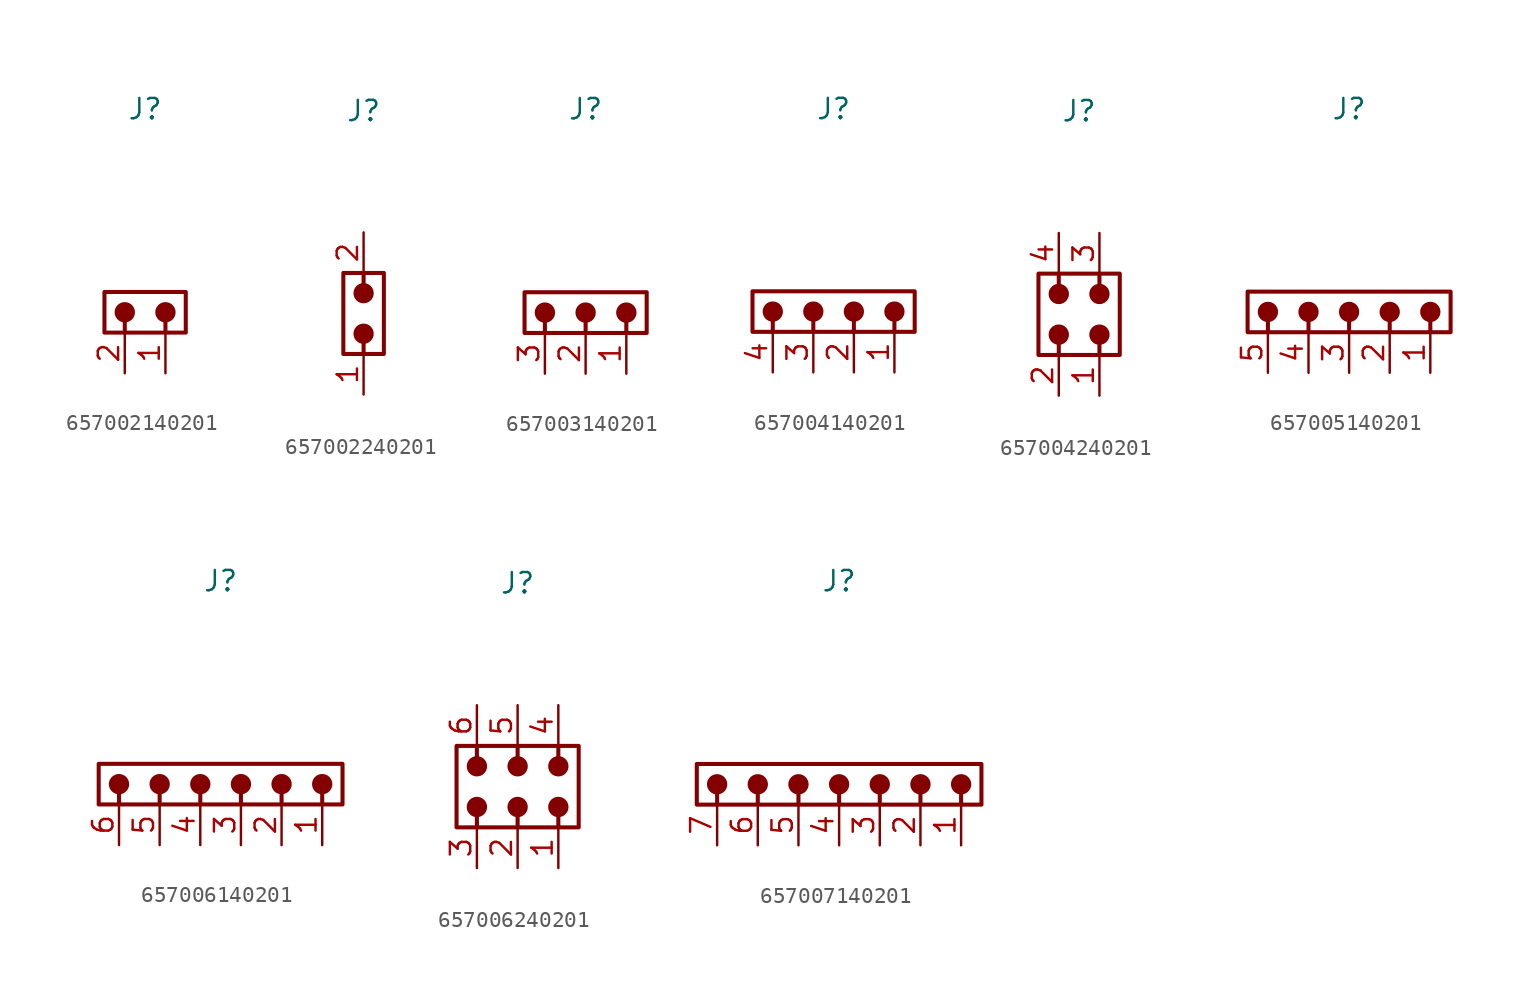
<source format=kicad_sym>
(kicad_symbol_lib
  (version 20241209)
  (generator "kicad_symbol_editor")
  (generator_version "9.0")
  (symbol "657002140201"
    (pin_names
      (hide yes))
    (property "Reference" "J"
      (at 0 12.7 0)
      (effects (font (size 1.27 1.27))))
    (symbol "657002140201_1_1"
      (rectangle (start -2.54 1.27) (end 2.54 -1.27) (stroke (width 0.254) (type solid)) (fill (type none)))
      (circle (center -1.27 0) (radius 0.508) (stroke (width 0.254) (type solid)) (fill (type outline)))
      (polyline (pts (xy -1.27 -0.508) (xy -1.27 -1.27)) (stroke (width 0.254) (type solid)) (fill (type none)))
      (circle (center 1.27 0) (radius 0.508) (stroke (width 0.254) (type solid)) (fill (type outline)))
      (polyline (pts (xy 1.27 -0.508) (xy 1.27 -1.27)) (stroke (width 0.254) (type solid)) (fill (type none)))
      (pin passive line (at -1.27 -3.81 90) (length 2.54) (name "2" (effects (font (size 1.27 1.27)))) (number "2" (effects (font (size 1.27 1.27)))))
      (pin passive line (at 1.27 -3.81 90) (length 2.54) (name "1" (effects (font (size 1.27 1.27)))) (number "1" (effects (font (size 1.27 1.27)))))))
  (symbol "657002240201"
    (pin_names
      (hide yes))
    (property "Reference" "J"
      (at 0 12.7 0)
      (effects (font (size 1.27 1.27))))
    (symbol "657002240201_1_1"
      (polyline (pts (xy 0 1.778) (xy 0 2.54)) (stroke (width 0.254) (type solid)) (fill (type none)))
      (circle (center 0 1.27) (radius 0.508) (stroke (width 0.254) (type solid)) (fill (type outline)))
      (circle (center 0 -1.27) (radius 0.508) (stroke (width 0.254) (type solid)) (fill (type outline)))
      (polyline (pts (xy 0 -1.778) (xy 0 -2.54)) (stroke (width 0.254) (type solid)) (fill (type none)))
      (rectangle (start 1.27 -2.54) (end -1.27 2.54) (stroke (width 0.254) (type solid)) (fill (type none)))
      (pin passive line (at 0 5.08 270) (length 2.54) (name "2" (effects (font (size 1.27 1.27)))) (number "2" (effects (font (size 1.27 1.27)))))
      (pin passive line (at 0 -5.08 90) (length 2.54) (name "1" (effects (font (size 1.27 1.27)))) (number "1" (effects (font (size 1.27 1.27)))))))
  (symbol "657003140201"
    (pin_names
      (hide yes))
    (property "Reference" "J"
      (at 0 12.7 0)
      (effects (font (size 1.27 1.27))))
    (symbol "657003140201_1_1"
      (rectangle (start -3.81 1.27) (end 3.81 -1.27) (stroke (width 0.254) (type solid)) (fill (type none)))
      (circle (center -2.54 0) (radius 0.508) (stroke (width 0.254) (type solid)) (fill (type outline)))
      (polyline (pts (xy -2.54 -0.508) (xy -2.54 -1.27)) (stroke (width 0.254) (type solid)) (fill (type none)))
      (circle (center 0 0) (radius 0.508) (stroke (width 0.254) (type solid)) (fill (type outline)))
      (polyline (pts (xy 0 -0.508) (xy 0 -1.27)) (stroke (width 0.254) (type solid)) (fill (type none)))
      (circle (center 2.54 0) (radius 0.508) (stroke (width 0.254) (type solid)) (fill (type outline)))
      (polyline (pts (xy 2.54 -0.508) (xy 2.54 -1.27)) (stroke (width 0.254) (type solid)) (fill (type none)))
      (pin passive line (at -2.54 -3.81 90) (length 2.54) (name "3" (effects (font (size 1.27 1.27)))) (number "3" (effects (font (size 1.27 1.27)))))
      (pin passive line (at 0 -3.81 90) (length 2.54) (name "2" (effects (font (size 1.27 1.27)))) (number "2" (effects (font (size 1.27 1.27)))))
      (pin passive line (at 2.54 -3.81 90) (length 2.54) (name "1" (effects (font (size 1.27 1.27)))) (number "1" (effects (font (size 1.27 1.27)))))))
  (symbol "657004140201"
    (pin_names
      (hide yes))
    (property "Reference" "J"
      (at 0 12.7 0)
      (effects (font (size 1.27 1.27))))
    (symbol "657004140201_1_1"
      (rectangle (start -5.08 1.27) (end 5.08 -1.27) (stroke (width 0.254) (type solid)) (fill (type none)))
      (circle (center -3.81 0) (radius 0.508) (stroke (width 0.254) (type solid)) (fill (type outline)))
      (polyline (pts (xy -3.81 -0.508) (xy -3.81 -1.27)) (stroke (width 0.254) (type solid)) (fill (type none)))
      (circle (center -1.27 0) (radius 0.508) (stroke (width 0.254) (type solid)) (fill (type outline)))
      (polyline (pts (xy -1.27 -0.508) (xy -1.27 -1.27)) (stroke (width 0.254) (type solid)) (fill (type none)))
      (circle (center 1.27 0) (radius 0.508) (stroke (width 0.254) (type solid)) (fill (type outline)))
      (polyline (pts (xy 1.27 -0.508) (xy 1.27 -1.27)) (stroke (width 0.254) (type solid)) (fill (type none)))
      (circle (center 3.81 0) (radius 0.508) (stroke (width 0.254) (type solid)) (fill (type outline)))
      (polyline (pts (xy 3.81 -0.508) (xy 3.81 -1.27)) (stroke (width 0.254) (type solid)) (fill (type none)))
      (pin passive line (at -3.81 -3.81 90) (length 2.54) (name "4" (effects (font (size 1.27 1.27)))) (number "4" (effects (font (size 1.27 1.27)))))
      (pin passive line (at -1.27 -3.81 90) (length 2.54) (name "3" (effects (font (size 1.27 1.27)))) (number "3" (effects (font (size 1.27 1.27)))))
      (pin passive line (at 1.27 -3.81 90) (length 2.54) (name "2" (effects (font (size 1.27 1.27)))) (number "2" (effects (font (size 1.27 1.27)))))
      (pin passive line (at 3.81 -3.81 90) (length 2.54) (name "1" (effects (font (size 1.27 1.27)))) (number "1" (effects (font (size 1.27 1.27)))))))
  (symbol "657004240201"
    (pin_names
      (hide yes))
    (property "Reference" "J"
      (at 0 12.7 0)
      (effects (font (size 1.27 1.27))))
    (symbol "657004240201_1_1"
      (rectangle (start -2.54 2.54) (end 2.54 -2.54) (stroke (width 0.254) (type solid)) (fill (type none)))
      (polyline (pts (xy -1.27 1.778) (xy -1.27 2.54)) (stroke (width 0.254) (type solid)) (fill (type none)))
      (circle (center -1.27 1.27) (radius 0.508) (stroke (width 0.254) (type solid)) (fill (type outline)))
      (circle (center -1.27 -1.27) (radius 0.508) (stroke (width 0.254) (type solid)) (fill (type outline)))
      (polyline (pts (xy -1.27 -1.778) (xy -1.27 -2.54)) (stroke (width 0.254) (type solid)) (fill (type none)))
      (polyline (pts (xy 1.27 1.778) (xy 1.27 2.54)) (stroke (width 0.254) (type solid)) (fill (type none)))
      (circle (center 1.27 1.27) (radius 0.508) (stroke (width 0.254) (type solid)) (fill (type outline)))
      (circle (center 1.27 -1.27) (radius 0.508) (stroke (width 0.254) (type solid)) (fill (type outline)))
      (polyline (pts (xy 1.27 -1.778) (xy 1.27 -2.54)) (stroke (width 0.254) (type solid)) (fill (type none)))
      (pin passive line (at -1.27 5.08 270) (length 2.54) (name "4" (effects (font (size 1.27 1.27)))) (number "4" (effects (font (size 1.27 1.27)))))
      (pin passive line (at -1.27 -5.08 90) (length 2.54) (name "2" (effects (font (size 1.27 1.27)))) (number "2" (effects (font (size 1.27 1.27)))))
      (pin passive line (at 1.27 5.08 270) (length 2.54) (name "3" (effects (font (size 1.27 1.27)))) (number "3" (effects (font (size 1.27 1.27)))))
      (pin passive line (at 1.27 -5.08 90) (length 2.54) (name "1" (effects (font (size 1.27 1.27)))) (number "1" (effects (font (size 1.27 1.27)))))))
  (symbol "657005140201"
    (pin_names
      (hide yes))
    (property "Reference" "J"
      (at 0 12.7 0)
      (effects (font (size 1.27 1.27))))
    (symbol "657005140201_1_1"
      (rectangle (start -6.35 1.27) (end 6.35 -1.27) (stroke (width 0.254) (type solid)) (fill (type none)))
      (circle (center -5.08 0) (radius 0.508) (stroke (width 0.254) (type solid)) (fill (type outline)))
      (polyline (pts (xy -5.08 -0.508) (xy -5.08 -1.27)) (stroke (width 0.254) (type solid)) (fill (type none)))
      (circle (center -2.54 0) (radius 0.508) (stroke (width 0.254) (type solid)) (fill (type outline)))
      (polyline (pts (xy -2.54 -0.508) (xy -2.54 -1.27)) (stroke (width 0.254) (type solid)) (fill (type none)))
      (circle (center 0 0) (radius 0.508) (stroke (width 0.254) (type solid)) (fill (type outline)))
      (polyline (pts (xy 0 -0.508) (xy 0 -1.27)) (stroke (width 0.254) (type solid)) (fill (type none)))
      (circle (center 2.54 0) (radius 0.508) (stroke (width 0.254) (type solid)) (fill (type outline)))
      (polyline (pts (xy 2.54 -0.508) (xy 2.54 -1.27)) (stroke (width 0.254) (type solid)) (fill (type none)))
      (circle (center 5.08 0) (radius 0.508) (stroke (width 0.254) (type solid)) (fill (type outline)))
      (polyline (pts (xy 5.08 -0.508) (xy 5.08 -1.27)) (stroke (width 0.254) (type solid)) (fill (type none)))
      (pin passive line (at -5.08 -3.81 90) (length 2.54) (name "5" (effects (font (size 1.27 1.27)))) (number "5" (effects (font (size 1.27 1.27)))))
      (pin passive line (at -2.54 -3.81 90) (length 2.54) (name "4" (effects (font (size 1.27 1.27)))) (number "4" (effects (font (size 1.27 1.27)))))
      (pin passive line (at 0 -3.81 90) (length 2.54) (name "3" (effects (font (size 1.27 1.27)))) (number "3" (effects (font (size 1.27 1.27)))))
      (pin passive line (at 2.54 -3.81 90) (length 2.54) (name "2" (effects (font (size 1.27 1.27)))) (number "2" (effects (font (size 1.27 1.27)))))
      (pin passive line (at 5.08 -3.81 90) (length 2.54) (name "1" (effects (font (size 1.27 1.27)))) (number "1" (effects (font (size 1.27 1.27)))))))
  (symbol "657006140201"
    (pin_names
      (hide yes))
    (property "Reference" "J"
      (at 0 12.7 0)
      (effects (font (size 1.27 1.27))))
    (symbol "657006140201_1_1"
      (rectangle (start -7.62 1.27) (end 7.62 -1.27) (stroke (width 0.254) (type solid)) (fill (type none)))
      (circle (center -6.35 0) (radius 0.508) (stroke (width 0.254) (type solid)) (fill (type outline)))
      (polyline (pts (xy -6.35 -0.508) (xy -6.35 -1.27)) (stroke (width 0.254) (type solid)) (fill (type none)))
      (circle (center -3.81 0) (radius 0.508) (stroke (width 0.254) (type solid)) (fill (type outline)))
      (polyline (pts (xy -3.81 -0.508) (xy -3.81 -1.27)) (stroke (width 0.254) (type solid)) (fill (type none)))
      (circle (center -1.27 0) (radius 0.508) (stroke (width 0.254) (type solid)) (fill (type outline)))
      (polyline (pts (xy -1.27 -0.508) (xy -1.27 -1.27)) (stroke (width 0.254) (type solid)) (fill (type none)))
      (circle (center 1.27 0) (radius 0.508) (stroke (width 0.254) (type solid)) (fill (type outline)))
      (polyline (pts (xy 1.27 -0.508) (xy 1.27 -1.27)) (stroke (width 0.254) (type solid)) (fill (type none)))
      (circle (center 3.81 0) (radius 0.508) (stroke (width 0.254) (type solid)) (fill (type outline)))
      (polyline (pts (xy 3.81 -0.508) (xy 3.81 -1.27)) (stroke (width 0.254) (type solid)) (fill (type none)))
      (circle (center 6.35 0) (radius 0.508) (stroke (width 0.254) (type solid)) (fill (type outline)))
      (polyline (pts (xy 6.35 -0.508) (xy 6.35 -1.27)) (stroke (width 0.254) (type solid)) (fill (type none)))
      (pin passive line (at -6.35 -3.81 90) (length 2.54) (name "6" (effects (font (size 1.27 1.27)))) (number "6" (effects (font (size 1.27 1.27)))))
      (pin passive line (at -3.81 -3.81 90) (length 2.54) (name "5" (effects (font (size 1.27 1.27)))) (number "5" (effects (font (size 1.27 1.27)))))
      (pin passive line (at -1.27 -3.81 90) (length 2.54) (name "4" (effects (font (size 1.27 1.27)))) (number "4" (effects (font (size 1.27 1.27)))))
      (pin passive line (at 1.27 -3.81 90) (length 2.54) (name "3" (effects (font (size 1.27 1.27)))) (number "3" (effects (font (size 1.27 1.27)))))
      (pin passive line (at 3.81 -3.81 90) (length 2.54) (name "2" (effects (font (size 1.27 1.27)))) (number "2" (effects (font (size 1.27 1.27)))))
      (pin passive line (at 6.35 -3.81 90) (length 2.54) (name "1" (effects (font (size 1.27 1.27)))) (number "1" (effects (font (size 1.27 1.27)))))))
  (symbol "657006240201"
    (pin_names
      (hide yes))
    (property "Reference" "J"
      (at 0 12.7 0)
      (effects (font (size 1.27 1.27))))
    (symbol "657006240201_1_1"
      (rectangle (start -3.81 2.54) (end 3.81 -2.54) (stroke (width 0.254) (type solid)) (fill (type none)))
      (polyline (pts (xy -2.54 1.778) (xy -2.54 2.54)) (stroke (width 0.254) (type solid)) (fill (type none)))
      (circle (center -2.54 1.27) (radius 0.508) (stroke (width 0.254) (type solid)) (fill (type outline)))
      (circle (center -2.54 -1.27) (radius 0.508) (stroke (width 0.254) (type solid)) (fill (type outline)))
      (polyline (pts (xy -2.54 -1.778) (xy -2.54 -2.54)) (stroke (width 0.254) (type solid)) (fill (type none)))
      (polyline (pts (xy 0 1.778) (xy 0 2.54)) (stroke (width 0.254) (type solid)) (fill (type none)))
      (circle (center 0 1.27) (radius 0.508) (stroke (width 0.254) (type solid)) (fill (type outline)))
      (circle (center 0 -1.27) (radius 0.508) (stroke (width 0.254) (type solid)) (fill (type outline)))
      (polyline (pts (xy 0 -1.778) (xy 0 -2.54)) (stroke (width 0.254) (type solid)) (fill (type none)))
      (polyline (pts (xy 2.54 1.778) (xy 2.54 2.54)) (stroke (width 0.254) (type solid)) (fill (type none)))
      (circle (center 2.54 1.27) (radius 0.508) (stroke (width 0.254) (type solid)) (fill (type outline)))
      (circle (center 2.54 -1.27) (radius 0.508) (stroke (width 0.254) (type solid)) (fill (type outline)))
      (polyline (pts (xy 2.54 -1.778) (xy 2.54 -2.54)) (stroke (width 0.254) (type solid)) (fill (type none)))
      (pin passive line (at -2.54 5.08 270) (length 2.54) (name "6" (effects (font (size 1.27 1.27)))) (number "6" (effects (font (size 1.27 1.27)))))
      (pin passive line (at -2.54 -5.08 90) (length 2.54) (name "3" (effects (font (size 1.27 1.27)))) (number "3" (effects (font (size 1.27 1.27)))))
      (pin passive line (at 0 5.08 270) (length 2.54) (name "5" (effects (font (size 1.27 1.27)))) (number "5" (effects (font (size 1.27 1.27)))))
      (pin passive line (at 0 -5.08 90) (length 2.54) (name "2" (effects (font (size 1.27 1.27)))) (number "2" (effects (font (size 1.27 1.27)))))
      (pin passive line (at 2.54 5.08 270) (length 2.54) (name "4" (effects (font (size 1.27 1.27)))) (number "4" (effects (font (size 1.27 1.27)))))
      (pin passive line (at 2.54 -5.08 90) (length 2.54) (name "1" (effects (font (size 1.27 1.27)))) (number "1" (effects (font (size 1.27 1.27)))))))
  (symbol "657007140201"
    (pin_names
      (hide yes))
    (property "Reference" "J"
      (at 0 12.7 0)
      (effects (font (size 1.27 1.27))))
    (symbol "657007140201_1_1"
      (rectangle (start -8.89 1.27) (end 8.89 -1.27) (stroke (width 0.254) (type solid)) (fill (type none)))
      (circle (center -7.62 0) (radius 0.508) (stroke (width 0.254) (type solid)) (fill (type outline)))
      (polyline (pts (xy -7.62 -0.508) (xy -7.62 -1.27)) (stroke (width 0.254) (type solid)) (fill (type none)))
      (circle (center -5.08 0) (radius 0.508) (stroke (width 0.254) (type solid)) (fill (type outline)))
      (polyline (pts (xy -5.08 -0.508) (xy -5.08 -1.27)) (stroke (width 0.254) (type solid)) (fill (type none)))
      (circle (center -2.54 0) (radius 0.508) (stroke (width 0.254) (type solid)) (fill (type outline)))
      (polyline (pts (xy -2.54 -0.508) (xy -2.54 -1.27)) (stroke (width 0.254) (type solid)) (fill (type none)))
      (circle (center 0 0) (radius 0.508) (stroke (width 0.254) (type solid)) (fill (type outline)))
      (polyline (pts (xy 0 -0.508) (xy 0 -1.27)) (stroke (width 0.254) (type solid)) (fill (type none)))
      (circle (center 2.54 0) (radius 0.508) (stroke (width 0.254) (type solid)) (fill (type outline)))
      (polyline (pts (xy 2.54 -0.508) (xy 2.54 -1.27)) (stroke (width 0.254) (type solid)) (fill (type none)))
      (circle (center 5.08 0) (radius 0.508) (stroke (width 0.254) (type solid)) (fill (type outline)))
      (polyline (pts (xy 5.08 -0.508) (xy 5.08 -1.27)) (stroke (width 0.254) (type solid)) (fill (type none)))
      (circle (center 7.62 0) (radius 0.508) (stroke (width 0.254) (type solid)) (fill (type outline)))
      (polyline (pts (xy 7.62 -0.508) (xy 7.62 -1.27)) (stroke (width 0.254) (type solid)) (fill (type none)))
      (pin passive line (at -7.62 -3.81 90) (length 2.54) (name "7" (effects (font (size 1.27 1.27)))) (number "7" (effects (font (size 1.27 1.27)))))
      (pin passive line (at -5.08 -3.81 90) (length 2.54) (name "6" (effects (font (size 1.27 1.27)))) (number "6" (effects (font (size 1.27 1.27)))))
      (pin passive line (at -2.54 -3.81 90) (length 2.54) (name "5" (effects (font (size 1.27 1.27)))) (number "5" (effects (font (size 1.27 1.27)))))
      (pin passive line (at 0 -3.81 90) (length 2.54) (name "4" (effects (font (size 1.27 1.27)))) (number "4" (effects (font (size 1.27 1.27)))))
      (pin passive line (at 2.54 -3.81 90) (length 2.54) (name "3" (effects (font (size 1.27 1.27)))) (number "3" (effects (font (size 1.27 1.27)))))
      (pin passive line (at 5.08 -3.81 90) (length 2.54) (name "2" (effects (font (size 1.27 1.27)))) (number "2" (effects (font (size 1.27 1.27)))))
      (pin passive line (at 7.62 -3.81 90) (length 2.54) (name "1" (effects (font (size 1.27 1.27)))) (number "1" (effects (font (size 1.27 1.27))))))))
</source>
